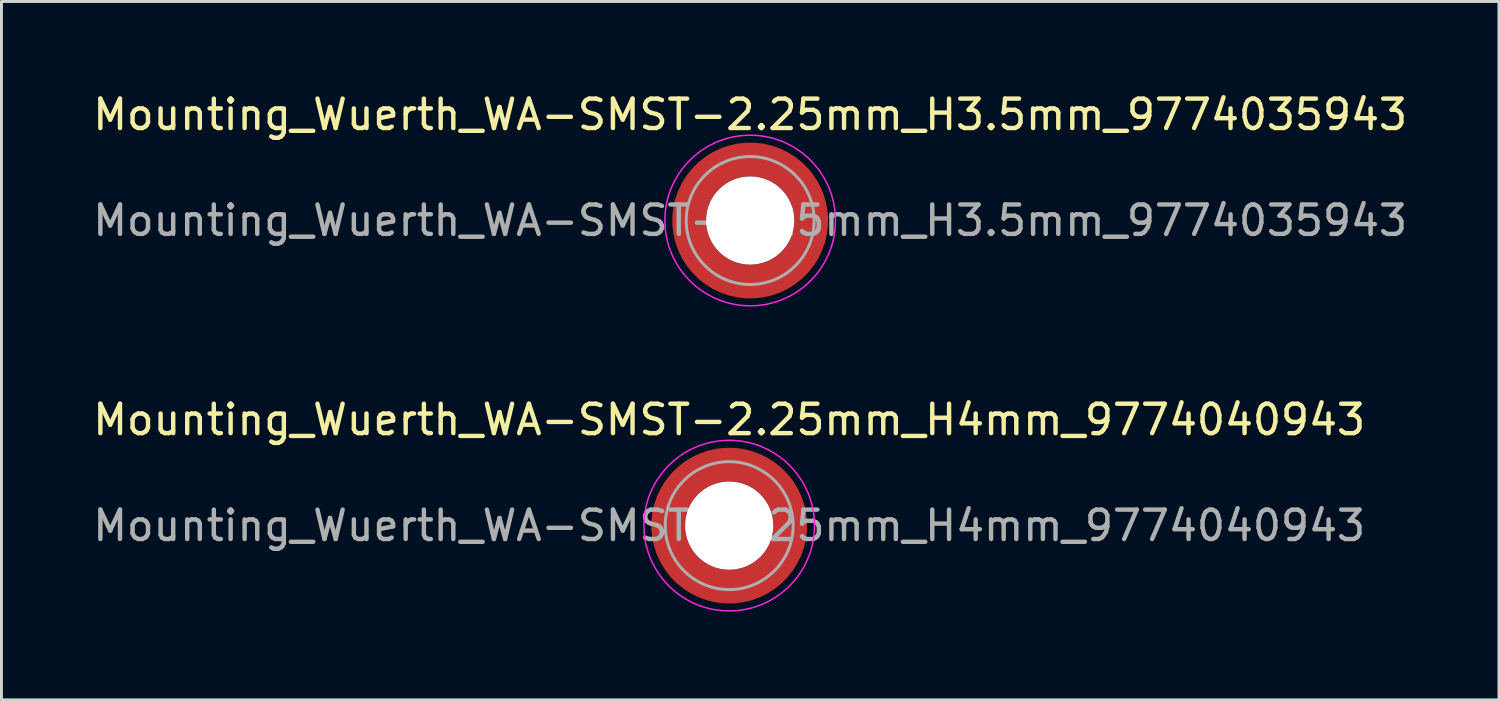
<source format=kicad_pcb>
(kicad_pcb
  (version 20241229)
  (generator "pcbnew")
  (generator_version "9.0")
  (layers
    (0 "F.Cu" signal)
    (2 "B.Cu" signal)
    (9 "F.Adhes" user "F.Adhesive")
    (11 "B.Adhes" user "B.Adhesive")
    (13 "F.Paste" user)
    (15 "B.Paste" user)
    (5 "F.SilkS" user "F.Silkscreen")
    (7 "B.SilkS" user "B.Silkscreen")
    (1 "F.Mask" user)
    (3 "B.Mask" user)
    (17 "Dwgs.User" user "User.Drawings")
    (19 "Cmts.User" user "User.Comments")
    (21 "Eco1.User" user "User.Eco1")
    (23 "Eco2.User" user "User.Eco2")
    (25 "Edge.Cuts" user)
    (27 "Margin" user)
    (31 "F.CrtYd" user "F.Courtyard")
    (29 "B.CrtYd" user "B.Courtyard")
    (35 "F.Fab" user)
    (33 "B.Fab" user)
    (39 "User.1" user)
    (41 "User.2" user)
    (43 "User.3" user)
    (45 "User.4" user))
  (footprint "Mounting_Wuerth_WA-SMST-2.25mm_H3.5mm_9774035943"
    (layer "F.Cu")
    (at 22.458 4.448)
    (property "Reference" "Mounting_Wuerth_WA-SMST-2.25mm_H3.5mm_9774035943" (at 0 -3.6 0) (layer "F.SilkS") (effects (font (size 1 1) (thickness 0.15))))
    (property "Mouser Part no." "" (at 0 0 0) (layer "F.Fab") (effects (font (size 1.27 1.27) (thickness 0.15))))
    (property "Mouser link" "" (at 0 0 0) (layer "F.Fab") (effects (font (size 1.27 1.27) (thickness 0.15))))
    (attr smd)
    (fp_circle (center 0 0) (end 2.9 0) (stroke (width 0.05) (type solid)) (fill no) (layer "F.CrtYd"))
    (fp_circle (center 0 0) (end 2.175 0) (stroke (width 0.1) (type solid)) (fill no) (layer "F.Fab"))
    (fp_text user "${REFERENCE}" (at 0 0 0) (layer "F.Fab") (effects (font (size 1 1) (thickness 0.15))))
    (pad "" smd custom (at -1.453 -1.453) (size 0.61 0.61) (layers "F.Paste") (options (anchor circle)) (primitives (gr_arc (start -0.147677 1.053104) (mid 0.285964 0.286792) (end 1.051968 -0.147393) (width 0.2)) (gr_arc (start -0.240295 1.053104) (mid 0.22253 0.222946) (end 1.052531 -0.24016) (width 0.2)) (gr_arc (start -0.332645 1.053104) (mid 0.158548 0.15965) (end 1.051583 -0.332304) (width 0.2)) (gr_arc (start -0.424767 1.053104) (mid 0.09486 0.096059) (end 1.051446 -0.424413) (width 0.2)) (gr_arc (start -0.516693 1.053104) (mid 0.031293 0.032346) (end 1.051645 -0.516396) (width 0.2)) (gr_arc (start -0.608448 1.053104) (mid -0.032323 -0.031316) (end 1.051707 -0.608176) (width 0.2)) (gr_arc (start -0.700056 1.053104) (mid -0.09616 -0.094758) (end 1.051155 -0.699693) (width 0.2)) (gr_arc (start -0.791534 1.053104) (mid -0.160388 -0.15781) (end 1.049515 -0.790891) (width 0.2)) (gr_arc (start -0.882896 1.053104) (mid -0.223713 -0.221764) (end 1.050388 -0.882429) (width 0.2)) (gr_arc (start -0.974157 1.053104) (mid -0.287654 -0.285101) (end 1.049541 -0.973567) (width 0.2)) (gr_line (start 1.053 -0.148) (end 1.053 -0.974) (width 0.2)) (gr_line (start -0.148 1.053) (end -0.974 1.053) (width 0.2))))
    (pad "" smd custom (at -1.453 1.453) (size 0.61 0.61) (layers "F.Paste") (options (anchor circle)) (primitives (gr_arc (start 1.053104 0.147677) (mid 0.286792 -0.285964) (end -0.147393 -1.051968) (width 0.2)) (gr_arc (start 1.053104 0.240295) (mid 0.222946 -0.22253) (end -0.24016 -1.052531) (width 0.2)) (gr_arc (start 1.053104 0.332645) (mid 0.15965 -0.158548) (end -0.332304 -1.051583) (width 0.2)) (gr_arc (start 1.053104 0.424767) (mid 0.096059 -0.09486) (end -0.424413 -1.051446) (width 0.2)) (gr_arc (start 1.053104 0.516693) (mid 0.032346 -0.031293) (end -0.516396 -1.051645) (width 0.2)) (gr_arc (start 1.053104 0.608448) (mid -0.031316 0.032323) (end -0.608176 -1.051707) (width 0.2)) (gr_arc (start 1.053104 0.700056) (mid -0.094758 0.09616) (end -0.699693 -1.051155) (width 0.2)) (gr_arc (start 1.053104 0.791534) (mid -0.15781 0.160388) (end -0.790891 -1.049515) (width 0.2)) (gr_arc (start 1.053104 0.882896) (mid -0.221764 0.223713) (end -0.882429 -1.050388) (width 0.2)) (gr_arc (start 1.053104 0.974157) (mid -0.285101 0.287654) (end -0.973567 -1.049541) (width 0.2)) (gr_line (start -0.148 -1.053) (end -0.974 -1.053) (width 0.2)) (gr_line (start 1.053 0.148) (end 1.053 0.974) (width 0.2))))
    (pad "" np_thru_hole circle (at 0 0) (size 3 3) (drill 3) (layers "*.Cu" "*.Mask"))
    (pad "" smd custom (at 1.453 -1.453) (size 0.61 0.61) (layers "F.Paste") (options (anchor circle)) (primitives (gr_arc (start -1.053104 -0.147677) (mid -0.286792 0.285964) (end 0.147393 1.051968) (width 0.2)) (gr_arc (start -1.053104 -0.240295) (mid -0.222946 0.22253) (end 0.24016 1.052531) (width 0.2)) (gr_arc (start -1.053104 -0.332645) (mid -0.15965 0.158548) (end 0.332304 1.051583) (width 0.2)) (gr_arc (start -1.053104 -0.424767) (mid -0.096059 0.09486) (end 0.424413 1.051446) (width 0.2)) (gr_arc (start -1.053104 -0.516693) (mid -0.032346 0.031293) (end 0.516396 1.051645) (width 0.2)) (gr_arc (start -1.053104 -0.608448) (mid 0.031316 -0.032323) (end 0.608176 1.051707) (width 0.2)) (gr_arc (start -1.053104 -0.700056) (mid 0.094758 -0.09616) (end 0.699693 1.051155) (width 0.2)) (gr_arc (start -1.053104 -0.791534) (mid 0.15781 -0.160388) (end 0.790891 1.049515) (width 0.2)) (gr_arc (start -1.053104 -0.882896) (mid 0.221764 -0.223713) (end 0.882429 1.050388) (width 0.2)) (gr_arc (start -1.053104 -0.974157) (mid 0.285101 -0.287654) (end 0.973567 1.049541) (width 0.2)) (gr_line (start 0.148 1.053) (end 0.974 1.053) (width 0.2)) (gr_line (start -1.053 -0.148) (end -1.053 -0.974) (width 0.2))))
    (pad "" smd custom (at 1.453 1.453) (size 0.61 0.61) (layers "F.Paste") (options (anchor circle)) (primitives (gr_arc (start 0.147677 -1.053104) (mid -0.285964 -0.286792) (end -1.051968 0.147393) (width 0.2)) (gr_arc (start 0.240295 -1.053104) (mid -0.22253 -0.222946) (end -1.052531 0.24016) (width 0.2)) (gr_arc (start 0.332645 -1.053104) (mid -0.158548 -0.15965) (end -1.051583 0.332304) (width 0.2)) (gr_arc (start 0.424767 -1.053104) (mid -0.09486 -0.096059) (end -1.051446 0.424413) (width 0.2)) (gr_arc (start 0.516693 -1.053104) (mid -0.031293 -0.032346) (end -1.051645 0.516396) (width 0.2)) (gr_arc (start 0.608448 -1.053104) (mid 0.032323 0.031316) (end -1.051707 0.608176) (width 0.2)) (gr_arc (start 0.700056 -1.053104) (mid 0.09616 0.094758) (end -1.051155 0.699693) (width 0.2)) (gr_arc (start 0.791534 -1.053104) (mid 0.160388 0.15781) (end -1.049515 0.790891) (width 0.2)) (gr_arc (start 0.882896 -1.053104) (mid 0.223713 0.221764) (end -1.050388 0.882429) (width 0.2)) (gr_arc (start 0.974157 -1.053104) (mid 0.287654 0.285101) (end -1.049541 0.973567) (width 0.2)) (gr_line (start -1.053 0.148) (end -1.053 0.974) (width 0.2)) (gr_line (start 0.148 -1.053) (end 0.974 -1.053) (width 0.2))))
    (pad "1" smd circle (at -2.075 0) (size 0.75 0.75) (layers "F.Cu"))
    (pad "1" smd circle (at 0 -2.075) (size 0.75 0.75) (layers "F.Cu"))
    (pad "1" smd circle (at 0 2.075) (size 0.75 0.75) (layers "F.Cu"))
    (pad "1" smd custom (at 2.075 0) (size 0.75 0.75) (layers "F.Cu" "F.Mask") (options (anchor circle)) (primitives (gr_circle (center -2.075 0) (end 0 0) (width 1.15) (fill no)))))
  (footprint "Mounting_Wuerth_WA-SMST-2.25mm_H4mm_9774040943"
    (layer "F.Cu")
    (at 21.744 14.822)
    (property "Reference" "Mounting_Wuerth_WA-SMST-2.25mm_H4mm_9774040943" (at 0 -3.6 0) (layer "F.SilkS") (effects (font (size 1 1) (thickness 0.15))))
    (property "Mouser Part no." "" (at 0 0 0) (layer "F.Fab") (effects (font (size 1.27 1.27) (thickness 0.15))))
    (property "Mouser link" "" (at 0 0 0) (layer "F.Fab") (effects (font (size 1.27 1.27) (thickness 0.15))))
    (attr smd)
    (fp_circle (center 0 0) (end 2.9 0) (stroke (width 0.05) (type solid)) (fill no) (layer "F.CrtYd"))
    (fp_circle (center 0 0) (end 2.175 0) (stroke (width 0.1) (type solid)) (fill no) (layer "F.Fab"))
    (fp_text user "${REFERENCE}" (at 0 0 0) (layer "F.Fab") (effects (font (size 1 1) (thickness 0.15))))
    (pad "" smd custom (at -1.453 -1.453) (size 0.61 0.61) (layers "F.Paste") (options (anchor circle)) (primitives (gr_arc (start -0.147677 1.053104) (mid 0.285964 0.286792) (end 1.051968 -0.147393) (width 0.2)) (gr_arc (start -0.240295 1.053104) (mid 0.22253 0.222946) (end 1.052531 -0.24016) (width 0.2)) (gr_arc (start -0.332645 1.053104) (mid 0.158548 0.15965) (end 1.051583 -0.332304) (width 0.2)) (gr_arc (start -0.424767 1.053104) (mid 0.09486 0.096059) (end 1.051446 -0.424413) (width 0.2)) (gr_arc (start -0.516693 1.053104) (mid 0.031293 0.032346) (end 1.051645 -0.516396) (width 0.2)) (gr_arc (start -0.608448 1.053104) (mid -0.032323 -0.031316) (end 1.051707 -0.608176) (width 0.2)) (gr_arc (start -0.700056 1.053104) (mid -0.09616 -0.094758) (end 1.051155 -0.699693) (width 0.2)) (gr_arc (start -0.791534 1.053104) (mid -0.160388 -0.15781) (end 1.049515 -0.790891) (width 0.2)) (gr_arc (start -0.882896 1.053104) (mid -0.223713 -0.221764) (end 1.050388 -0.882429) (width 0.2)) (gr_arc (start -0.974157 1.053104) (mid -0.287654 -0.285101) (end 1.049541 -0.973567) (width 0.2)) (gr_line (start 1.053 -0.148) (end 1.053 -0.974) (width 0.2)) (gr_line (start -0.148 1.053) (end -0.974 1.053) (width 0.2))))
    (pad "" smd custom (at -1.453 1.453) (size 0.61 0.61) (layers "F.Paste") (options (anchor circle)) (primitives (gr_arc (start 1.053104 0.147677) (mid 0.286792 -0.285964) (end -0.147393 -1.051968) (width 0.2)) (gr_arc (start 1.053104 0.240295) (mid 0.222946 -0.22253) (end -0.24016 -1.052531) (width 0.2)) (gr_arc (start 1.053104 0.332645) (mid 0.15965 -0.158548) (end -0.332304 -1.051583) (width 0.2)) (gr_arc (start 1.053104 0.424767) (mid 0.096059 -0.09486) (end -0.424413 -1.051446) (width 0.2)) (gr_arc (start 1.053104 0.516693) (mid 0.032346 -0.031293) (end -0.516396 -1.051645) (width 0.2)) (gr_arc (start 1.053104 0.608448) (mid -0.031316 0.032323) (end -0.608176 -1.051707) (width 0.2)) (gr_arc (start 1.053104 0.700056) (mid -0.094758 0.09616) (end -0.699693 -1.051155) (width 0.2)) (gr_arc (start 1.053104 0.791534) (mid -0.15781 0.160388) (end -0.790891 -1.049515) (width 0.2)) (gr_arc (start 1.053104 0.882896) (mid -0.221764 0.223713) (end -0.882429 -1.050388) (width 0.2)) (gr_arc (start 1.053104 0.974157) (mid -0.285101 0.287654) (end -0.973567 -1.049541) (width 0.2)) (gr_line (start -0.148 -1.053) (end -0.974 -1.053) (width 0.2)) (gr_line (start 1.053 0.148) (end 1.053 0.974) (width 0.2))))
    (pad "" np_thru_hole circle (at 0 0) (size 3 3) (drill 3) (layers "*.Cu" "*.Mask"))
    (pad "" smd custom (at 1.453 -1.453) (size 0.61 0.61) (layers "F.Paste") (options (anchor circle)) (primitives (gr_arc (start -1.053104 -0.147677) (mid -0.286792 0.285964) (end 0.147393 1.051968) (width 0.2)) (gr_arc (start -1.053104 -0.240295) (mid -0.222946 0.22253) (end 0.24016 1.052531) (width 0.2)) (gr_arc (start -1.053104 -0.332645) (mid -0.15965 0.158548) (end 0.332304 1.051583) (width 0.2)) (gr_arc (start -1.053104 -0.424767) (mid -0.096059 0.09486) (end 0.424413 1.051446) (width 0.2)) (gr_arc (start -1.053104 -0.516693) (mid -0.032346 0.031293) (end 0.516396 1.051645) (width 0.2)) (gr_arc (start -1.053104 -0.608448) (mid 0.031316 -0.032323) (end 0.608176 1.051707) (width 0.2)) (gr_arc (start -1.053104 -0.700056) (mid 0.094758 -0.09616) (end 0.699693 1.051155) (width 0.2)) (gr_arc (start -1.053104 -0.791534) (mid 0.15781 -0.160388) (end 0.790891 1.049515) (width 0.2)) (gr_arc (start -1.053104 -0.882896) (mid 0.221764 -0.223713) (end 0.882429 1.050388) (width 0.2)) (gr_arc (start -1.053104 -0.974157) (mid 0.285101 -0.287654) (end 0.973567 1.049541) (width 0.2)) (gr_line (start 0.148 1.053) (end 0.974 1.053) (width 0.2)) (gr_line (start -1.053 -0.148) (end -1.053 -0.974) (width 0.2))))
    (pad "" smd custom (at 1.453 1.453) (size 0.61 0.61) (layers "F.Paste") (options (anchor circle)) (primitives (gr_arc (start 0.147677 -1.053104) (mid -0.285964 -0.286792) (end -1.051968 0.147393) (width 0.2)) (gr_arc (start 0.240295 -1.053104) (mid -0.22253 -0.222946) (end -1.052531 0.24016) (width 0.2)) (gr_arc (start 0.332645 -1.053104) (mid -0.158548 -0.15965) (end -1.051583 0.332304) (width 0.2)) (gr_arc (start 0.424767 -1.053104) (mid -0.09486 -0.096059) (end -1.051446 0.424413) (width 0.2)) (gr_arc (start 0.516693 -1.053104) (mid -0.031293 -0.032346) (end -1.051645 0.516396) (width 0.2)) (gr_arc (start 0.608448 -1.053104) (mid 0.032323 0.031316) (end -1.051707 0.608176) (width 0.2)) (gr_arc (start 0.700056 -1.053104) (mid 0.09616 0.094758) (end -1.051155 0.699693) (width 0.2)) (gr_arc (start 0.791534 -1.053104) (mid 0.160388 0.15781) (end -1.049515 0.790891) (width 0.2)) (gr_arc (start 0.882896 -1.053104) (mid 0.223713 0.221764) (end -1.050388 0.882429) (width 0.2)) (gr_arc (start 0.974157 -1.053104) (mid 0.287654 0.285101) (end -1.049541 0.973567) (width 0.2)) (gr_line (start -1.053 0.148) (end -1.053 0.974) (width 0.2)) (gr_line (start 0.148 -1.053) (end 0.974 -1.053) (width 0.2))))
    (pad "1" smd circle (at -2.075 0) (size 0.75 0.75) (layers "F.Cu"))
    (pad "1" smd circle (at 0 -2.075) (size 0.75 0.75) (layers "F.Cu"))
    (pad "1" smd circle (at 0 2.075) (size 0.75 0.75) (layers "F.Cu"))
    (pad "1" smd custom (at 2.075 0) (size 0.75 0.75) (layers "F.Cu" "F.Mask") (options (anchor circle)) (primitives (gr_circle (center -2.075 0) (end 0 0) (width 1.15) (fill no)))))
  (gr_rect
    (start -3 -3)
    (end 47.917 20.747)
    (stroke (width 0.1) (type default))
    (fill no)
    (layer "Edge.Cuts")))
</source>
